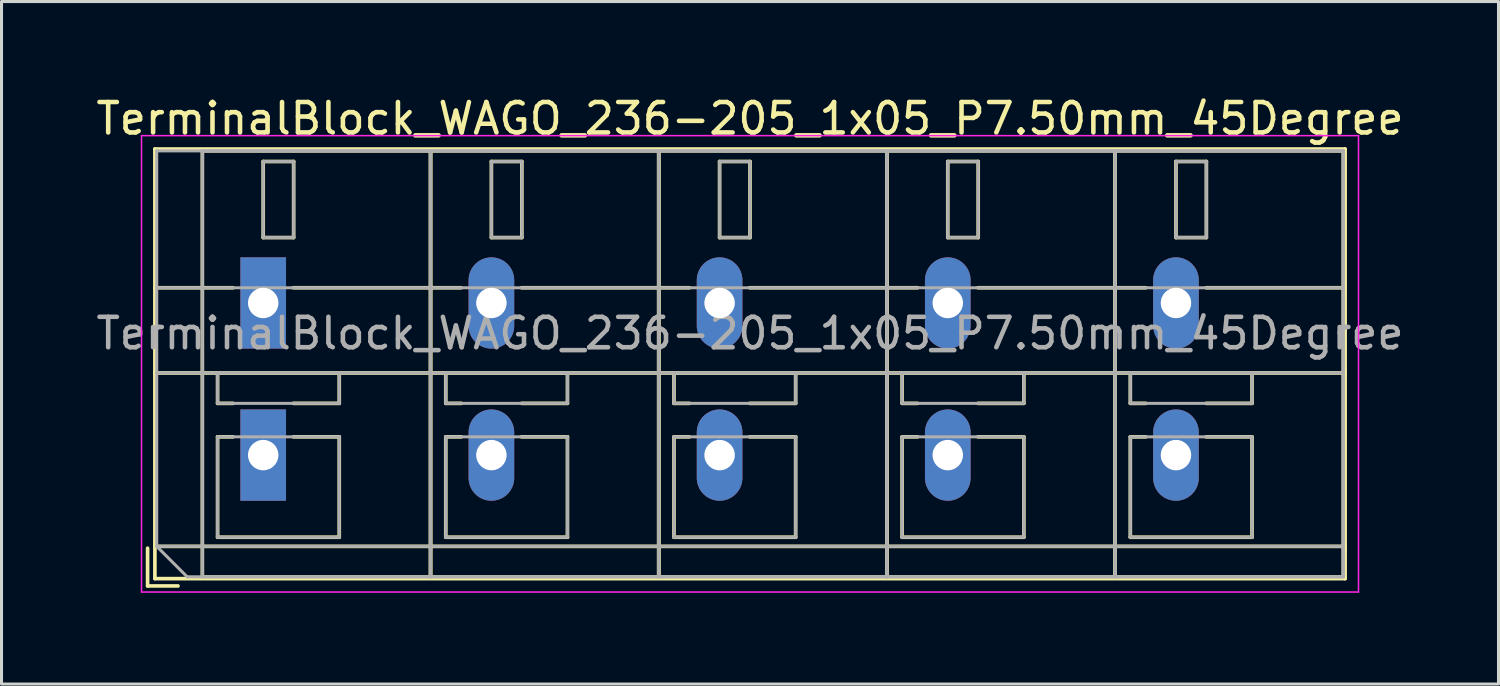
<source format=kicad_pcb>
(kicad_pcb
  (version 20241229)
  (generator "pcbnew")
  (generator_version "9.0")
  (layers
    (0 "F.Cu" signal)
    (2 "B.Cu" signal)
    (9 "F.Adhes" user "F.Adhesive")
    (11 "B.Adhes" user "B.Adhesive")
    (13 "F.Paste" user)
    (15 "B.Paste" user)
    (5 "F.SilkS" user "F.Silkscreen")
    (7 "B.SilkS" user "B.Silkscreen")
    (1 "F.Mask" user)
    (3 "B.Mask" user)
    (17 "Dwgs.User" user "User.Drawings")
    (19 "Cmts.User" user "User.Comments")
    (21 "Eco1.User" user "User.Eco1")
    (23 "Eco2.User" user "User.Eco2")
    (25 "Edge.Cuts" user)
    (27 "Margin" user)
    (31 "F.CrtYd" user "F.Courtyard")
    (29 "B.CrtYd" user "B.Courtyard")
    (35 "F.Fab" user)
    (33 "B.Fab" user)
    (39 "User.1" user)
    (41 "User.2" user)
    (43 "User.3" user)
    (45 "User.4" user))
  (footprint "TerminalBlock_WAGO_236-205_1x05_P7.50mm_45Degree"
    (layer "F.Cu")
    (at 5.601 11.908)
    (property "Reference" "TerminalBlock_WAGO_236-205_1x05_P7.50mm_45Degree" (at 16 -11.06 0) (layer "F.SilkS") (effects (font (size 1 1) (thickness 0.15))))
    (attr through_hole)
    (fp_line (start -3.8 3.06) (end -3.8 4.3) (stroke (width 0.12) (type solid)) (layer "F.SilkS"))
    (fp_line (start -3.8 4.3) (end -2.8 4.3) (stroke (width 0.12) (type solid)) (layer "F.SilkS"))
    (fp_line (start -3.56 -10.06) (end -3.56 4.06) (stroke (width 0.12) (type solid)) (layer "F.SilkS"))
    (fp_line (start -3.56 -10.06) (end 35.56 -10.06) (stroke (width 0.12) (type solid)) (layer "F.SilkS"))
    (fp_line (start -3.56 -5.5) (end -0.99 -5.5) (stroke (width 0.12) (type solid)) (layer "F.SilkS"))
    (fp_line (start -3.56 -2.7) (end 35.56 -2.7) (stroke (width 0.12) (type solid)) (layer "F.SilkS"))
    (fp_line (start -3.56 3) (end 35.56 3) (stroke (width 0.12) (type solid)) (layer "F.SilkS"))
    (fp_line (start -3.56 4.06) (end 35.56 4.06) (stroke (width 0.12) (type solid)) (layer "F.SilkS"))
    (fp_line (start -2 -10) (end -2 4) (stroke (width 0.12) (type solid)) (layer "F.SilkS"))
    (fp_line (start -2 -10) (end 5.5 -10) (stroke (width 0.12) (type solid)) (layer "F.SilkS"))
    (fp_line (start -2 4) (end 5.5 4) (stroke (width 0.12) (type solid)) (layer "F.SilkS"))
    (fp_line (start -1.5 -2.7) (end -1.5 -1.701) (stroke (width 0.12) (type solid)) (layer "F.SilkS"))
    (fp_line (start -1.5 -2.7) (end 2.5 -2.7) (stroke (width 0.12) (type solid)) (layer "F.SilkS"))
    (fp_line (start -1.5 -1.701) (end -0.99 -1.701) (stroke (width 0.12) (type solid)) (layer "F.SilkS"))
    (fp_line (start -1.5 -0.6) (end -1.5 2.7) (stroke (width 0.12) (type solid)) (layer "F.SilkS"))
    (fp_line (start -1.5 -0.6) (end -0.99 -0.6) (stroke (width 0.12) (type solid)) (layer "F.SilkS"))
    (fp_line (start -1.5 2.7) (end 2.5 2.7) (stroke (width 0.12) (type solid)) (layer "F.SilkS"))
    (fp_line (start 0 -9.65) (end 0 -7.15) (stroke (width 0.12) (type solid)) (layer "F.SilkS"))
    (fp_line (start 0 -9.65) (end 1 -9.65) (stroke (width 0.12) (type solid)) (layer "F.SilkS"))
    (fp_line (start 0 -7.15) (end 1 -7.15) (stroke (width 0.12) (type solid)) (layer "F.SilkS"))
    (fp_line (start 0.99 -5.5) (end 6.51 -5.5) (stroke (width 0.12) (type solid)) (layer "F.SilkS"))
    (fp_line (start 0.99 -1.701) (end 2.5 -1.701) (stroke (width 0.12) (type solid)) (layer "F.SilkS"))
    (fp_line (start 0.99 -0.6) (end 2.5 -0.6) (stroke (width 0.12) (type solid)) (layer "F.SilkS"))
    (fp_line (start 1 -9.65) (end 1 -7.15) (stroke (width 0.12) (type solid)) (layer "F.SilkS"))
    (fp_line (start 2.5 -2.7) (end 2.5 -1.701) (stroke (width 0.12) (type solid)) (layer "F.SilkS"))
    (fp_line (start 2.5 -0.6) (end 2.5 2.7) (stroke (width 0.12) (type solid)) (layer "F.SilkS"))
    (fp_line (start 5.5 -10) (end 5.5 4) (stroke (width 0.12) (type solid)) (layer "F.SilkS"))
    (fp_line (start 5.5 -10) (end 5.5 4) (stroke (width 0.12) (type solid)) (layer "F.SilkS"))
    (fp_line (start 5.5 -10) (end 13 -10) (stroke (width 0.12) (type solid)) (layer "F.SilkS"))
    (fp_line (start 5.5 4) (end 13 4) (stroke (width 0.12) (type solid)) (layer "F.SilkS"))
    (fp_line (start 6 -2.7) (end 6 -1.701) (stroke (width 0.12) (type solid)) (layer "F.SilkS"))
    (fp_line (start 6 -2.7) (end 10 -2.7) (stroke (width 0.12) (type solid)) (layer "F.SilkS"))
    (fp_line (start 6 -1.701) (end 6.51 -1.701) (stroke (width 0.12) (type solid)) (layer "F.SilkS"))
    (fp_line (start 6 -0.6) (end 6 2.7) (stroke (width 0.12) (type solid)) (layer "F.SilkS"))
    (fp_line (start 6 -0.6) (end 6.51 -0.6) (stroke (width 0.12) (type solid)) (layer "F.SilkS"))
    (fp_line (start 6 2.7) (end 10 2.7) (stroke (width 0.12) (type solid)) (layer "F.SilkS"))
    (fp_line (start 7.5 -9.65) (end 7.5 -7.15) (stroke (width 0.12) (type solid)) (layer "F.SilkS"))
    (fp_line (start 7.5 -9.65) (end 8.5 -9.65) (stroke (width 0.12) (type solid)) (layer "F.SilkS"))
    (fp_line (start 7.5 -7.15) (end 8.5 -7.15) (stroke (width 0.12) (type solid)) (layer "F.SilkS"))
    (fp_line (start 8.49 -5.5) (end 14.01 -5.5) (stroke (width 0.12) (type solid)) (layer "F.SilkS"))
    (fp_line (start 8.49 -1.701) (end 10 -1.701) (stroke (width 0.12) (type solid)) (layer "F.SilkS"))
    (fp_line (start 8.49 -0.6) (end 10 -0.6) (stroke (width 0.12) (type solid)) (layer "F.SilkS"))
    (fp_line (start 8.5 -9.65) (end 8.5 -7.15) (stroke (width 0.12) (type solid)) (layer "F.SilkS"))
    (fp_line (start 10 -2.7) (end 10 -1.701) (stroke (width 0.12) (type solid)) (layer "F.SilkS"))
    (fp_line (start 10 -0.6) (end 10 2.7) (stroke (width 0.12) (type solid)) (layer "F.SilkS"))
    (fp_line (start 13 -10) (end 13 4) (stroke (width 0.12) (type solid)) (layer "F.SilkS"))
    (fp_line (start 13 -10) (end 13 4) (stroke (width 0.12) (type solid)) (layer "F.SilkS"))
    (fp_line (start 13 -10) (end 20.5 -10) (stroke (width 0.12) (type solid)) (layer "F.SilkS"))
    (fp_line (start 13 4) (end 20.5 4) (stroke (width 0.12) (type solid)) (layer "F.SilkS"))
    (fp_line (start 13.5 -2.7) (end 13.5 -1.701) (stroke (width 0.12) (type solid)) (layer "F.SilkS"))
    (fp_line (start 13.5 -2.7) (end 17.5 -2.7) (stroke (width 0.12) (type solid)) (layer "F.SilkS"))
    (fp_line (start 13.5 -1.701) (end 14.01 -1.701) (stroke (width 0.12) (type solid)) (layer "F.SilkS"))
    (fp_line (start 13.5 -0.6) (end 13.5 2.7) (stroke (width 0.12) (type solid)) (layer "F.SilkS"))
    (fp_line (start 13.5 -0.6) (end 14.01 -0.6) (stroke (width 0.12) (type solid)) (layer "F.SilkS"))
    (fp_line (start 13.5 2.7) (end 17.5 2.7) (stroke (width 0.12) (type solid)) (layer "F.SilkS"))
    (fp_line (start 15 -9.65) (end 15 -7.15) (stroke (width 0.12) (type solid)) (layer "F.SilkS"))
    (fp_line (start 15 -9.65) (end 16 -9.65) (stroke (width 0.12) (type solid)) (layer "F.SilkS"))
    (fp_line (start 15 -7.15) (end 16 -7.15) (stroke (width 0.12) (type solid)) (layer "F.SilkS"))
    (fp_line (start 15.99 -5.5) (end 21.51 -5.5) (stroke (width 0.12) (type solid)) (layer "F.SilkS"))
    (fp_line (start 15.99 -1.701) (end 17.5 -1.701) (stroke (width 0.12) (type solid)) (layer "F.SilkS"))
    (fp_line (start 15.99 -0.6) (end 17.5 -0.6) (stroke (width 0.12) (type solid)) (layer "F.SilkS"))
    (fp_line (start 16 -9.65) (end 16 -7.15) (stroke (width 0.12) (type solid)) (layer "F.SilkS"))
    (fp_line (start 17.5 -2.7) (end 17.5 -1.701) (stroke (width 0.12) (type solid)) (layer "F.SilkS"))
    (fp_line (start 17.5 -0.6) (end 17.5 2.7) (stroke (width 0.12) (type solid)) (layer "F.SilkS"))
    (fp_line (start 20.5 -10) (end 20.5 4) (stroke (width 0.12) (type solid)) (layer "F.SilkS"))
    (fp_line (start 20.5 -10) (end 20.5 4) (stroke (width 0.12) (type solid)) (layer "F.SilkS"))
    (fp_line (start 20.5 -10) (end 28 -10) (stroke (width 0.12) (type solid)) (layer "F.SilkS"))
    (fp_line (start 20.5 4) (end 28 4) (stroke (width 0.12) (type solid)) (layer "F.SilkS"))
    (fp_line (start 21 -2.7) (end 21 -1.701) (stroke (width 0.12) (type solid)) (layer "F.SilkS"))
    (fp_line (start 21 -2.7) (end 25 -2.7) (stroke (width 0.12) (type solid)) (layer "F.SilkS"))
    (fp_line (start 21 -1.701) (end 21.51 -1.701) (stroke (width 0.12) (type solid)) (layer "F.SilkS"))
    (fp_line (start 21 -0.6) (end 21 2.7) (stroke (width 0.12) (type solid)) (layer "F.SilkS"))
    (fp_line (start 21 -0.6) (end 21.51 -0.6) (stroke (width 0.12) (type solid)) (layer "F.SilkS"))
    (fp_line (start 21 2.7) (end 25 2.7) (stroke (width 0.12) (type solid)) (layer "F.SilkS"))
    (fp_line (start 22.5 -9.65) (end 22.5 -7.15) (stroke (width 0.12) (type solid)) (layer "F.SilkS"))
    (fp_line (start 22.5 -9.65) (end 23.5 -9.65) (stroke (width 0.12) (type solid)) (layer "F.SilkS"))
    (fp_line (start 22.5 -7.15) (end 23.5 -7.15) (stroke (width 0.12) (type solid)) (layer "F.SilkS"))
    (fp_line (start 23.49 -5.5) (end 29.01 -5.5) (stroke (width 0.12) (type solid)) (layer "F.SilkS"))
    (fp_line (start 23.49 -1.701) (end 25 -1.701) (stroke (width 0.12) (type solid)) (layer "F.SilkS"))
    (fp_line (start 23.49 -0.6) (end 25 -0.6) (stroke (width 0.12) (type solid)) (layer "F.SilkS"))
    (fp_line (start 23.5 -9.65) (end 23.5 -7.15) (stroke (width 0.12) (type solid)) (layer "F.SilkS"))
    (fp_line (start 25 -2.7) (end 25 -1.701) (stroke (width 0.12) (type solid)) (layer "F.SilkS"))
    (fp_line (start 25 -0.6) (end 25 2.7) (stroke (width 0.12) (type solid)) (layer "F.SilkS"))
    (fp_line (start 28 -10) (end 28 4) (stroke (width 0.12) (type solid)) (layer "F.SilkS"))
    (fp_line (start 28 -10) (end 28 4) (stroke (width 0.12) (type solid)) (layer "F.SilkS"))
    (fp_line (start 28 -10) (end 35.5 -10) (stroke (width 0.12) (type solid)) (layer "F.SilkS"))
    (fp_line (start 28 4) (end 35.5 4) (stroke (width 0.12) (type solid)) (layer "F.SilkS"))
    (fp_line (start 28.5 -2.7) (end 28.5 -1.701) (stroke (width 0.12) (type solid)) (layer "F.SilkS"))
    (fp_line (start 28.5 -2.7) (end 32.5 -2.7) (stroke (width 0.12) (type solid)) (layer "F.SilkS"))
    (fp_line (start 28.5 -1.701) (end 29.01 -1.701) (stroke (width 0.12) (type solid)) (layer "F.SilkS"))
    (fp_line (start 28.5 -0.6) (end 28.5 2.7) (stroke (width 0.12) (type solid)) (layer "F.SilkS"))
    (fp_line (start 28.5 -0.6) (end 29.01 -0.6) (stroke (width 0.12) (type solid)) (layer "F.SilkS"))
    (fp_line (start 28.5 2.7) (end 32.5 2.7) (stroke (width 0.12) (type solid)) (layer "F.SilkS"))
    (fp_line (start 30 -9.65) (end 30 -7.15) (stroke (width 0.12) (type solid)) (layer "F.SilkS"))
    (fp_line (start 30 -9.65) (end 31 -9.65) (stroke (width 0.12) (type solid)) (layer "F.SilkS"))
    (fp_line (start 30 -7.15) (end 31 -7.15) (stroke (width 0.12) (type solid)) (layer "F.SilkS"))
    (fp_line (start 30.99 -5.5) (end 35.56 -5.5) (stroke (width 0.12) (type solid)) (layer "F.SilkS"))
    (fp_line (start 30.99 -1.701) (end 32.5 -1.701) (stroke (width 0.12) (type solid)) (layer "F.SilkS"))
    (fp_line (start 30.99 -0.6) (end 32.5 -0.6) (stroke (width 0.12) (type solid)) (layer "F.SilkS"))
    (fp_line (start 31 -9.65) (end 31 -7.15) (stroke (width 0.12) (type solid)) (layer "F.SilkS"))
    (fp_line (start 32.5 -2.7) (end 32.5 -1.701) (stroke (width 0.12) (type solid)) (layer "F.SilkS"))
    (fp_line (start 32.5 -0.6) (end 32.5 2.7) (stroke (width 0.12) (type solid)) (layer "F.SilkS"))
    (fp_line (start 35.5 -10) (end 35.5 4) (stroke (width 0.12) (type solid)) (layer "F.SilkS"))
    (fp_line (start 35.56 -10.06) (end 35.56 4.06) (stroke (width 0.12) (type solid)) (layer "F.SilkS"))
    (fp_line (start -4 -10.5) (end -4 4.5) (stroke (width 0.05) (type solid)) (layer "F.CrtYd"))
    (fp_line (start -4 4.5) (end 36 4.5) (stroke (width 0.05) (type solid)) (layer "F.CrtYd"))
    (fp_line (start 36 -10.5) (end -4 -10.5) (stroke (width 0.05) (type solid)) (layer "F.CrtYd"))
    (fp_line (start 36 4.5) (end 36 -10.5) (stroke (width 0.05) (type solid)) (layer "F.CrtYd"))
    (fp_line (start -3.5 -10) (end 35.5 -10) (stroke (width 0.1) (type solid)) (layer "F.Fab"))
    (fp_line (start -3.5 -5.5) (end 35.5 -5.5) (stroke (width 0.1) (type solid)) (layer "F.Fab"))
    (fp_line (start -3.5 -2.7) (end 35.5 -2.7) (stroke (width 0.1) (type solid)) (layer "F.Fab"))
    (fp_line (start -3.5 3) (end -3.5 -10) (stroke (width 0.1) (type solid)) (layer "F.Fab"))
    (fp_line (start -3.5 3) (end 35.5 3) (stroke (width 0.1) (type solid)) (layer "F.Fab"))
    (fp_line (start -2.5 4) (end -3.5 3) (stroke (width 0.1) (type solid)) (layer "F.Fab"))
    (fp_line (start -2 -10) (end -2 4) (stroke (width 0.1) (type solid)) (layer "F.Fab"))
    (fp_line (start -2 4) (end 5.5 4) (stroke (width 0.1) (type solid)) (layer "F.Fab"))
    (fp_line (start -1.5 -2.7) (end -1.5 -1.7) (stroke (width 0.1) (type solid)) (layer "F.Fab"))
    (fp_line (start -1.5 -1.7) (end 2.5 -1.7) (stroke (width 0.1) (type solid)) (layer "F.Fab"))
    (fp_line (start -1.5 -0.6) (end -1.5 2.7) (stroke (width 0.1) (type solid)) (layer "F.Fab"))
    (fp_line (start -1.5 2.7) (end 2.5 2.7) (stroke (width 0.1) (type solid)) (layer "F.Fab"))
    (fp_line (start 0 -9.65) (end 0 -7.15) (stroke (width 0.1) (type solid)) (layer "F.Fab"))
    (fp_line (start 0 -7.15) (end 1 -7.15) (stroke (width 0.1) (type solid)) (layer "F.Fab"))
    (fp_line (start 1 -9.65) (end 0 -9.65) (stroke (width 0.1) (type solid)) (layer "F.Fab"))
    (fp_line (start 1 -7.15) (end 1 -9.65) (stroke (width 0.1) (type solid)) (layer "F.Fab"))
    (fp_line (start 2.5 -2.7) (end -1.5 -2.7) (stroke (width 0.1) (type solid)) (layer "F.Fab"))
    (fp_line (start 2.5 -1.7) (end 2.5 -2.7) (stroke (width 0.1) (type solid)) (layer "F.Fab"))
    (fp_line (start 2.5 -0.6) (end -1.5 -0.6) (stroke (width 0.1) (type solid)) (layer "F.Fab"))
    (fp_line (start 2.5 2.7) (end 2.5 -0.6) (stroke (width 0.1) (type solid)) (layer "F.Fab"))
    (fp_line (start 5.5 -10) (end -2 -10) (stroke (width 0.1) (type solid)) (layer "F.Fab"))
    (fp_line (start 5.5 -10) (end 5.5 4) (stroke (width 0.1) (type solid)) (layer "F.Fab"))
    (fp_line (start 5.5 4) (end 5.5 -10) (stroke (width 0.1) (type solid)) (layer "F.Fab"))
    (fp_line (start 5.5 4) (end 13 4) (stroke (width 0.1) (type solid)) (layer "F.Fab"))
    (fp_line (start 6 -2.7) (end 6 -1.7) (stroke (width 0.1) (type solid)) (layer "F.Fab"))
    (fp_line (start 6 -1.7) (end 10 -1.7) (stroke (width 0.1) (type solid)) (layer "F.Fab"))
    (fp_line (start 6 -0.6) (end 6 2.7) (stroke (width 0.1) (type solid)) (layer "F.Fab"))
    (fp_line (start 6 2.7) (end 10 2.7) (stroke (width 0.1) (type solid)) (layer "F.Fab"))
    (fp_line (start 7.5 -9.65) (end 7.5 -7.15) (stroke (width 0.1) (type solid)) (layer "F.Fab"))
    (fp_line (start 7.5 -7.15) (end 8.5 -7.15) (stroke (width 0.1) (type solid)) (layer "F.Fab"))
    (fp_line (start 8.5 -9.65) (end 7.5 -9.65) (stroke (width 0.1) (type solid)) (layer "F.Fab"))
    (fp_line (start 8.5 -7.15) (end 8.5 -9.65) (stroke (width 0.1) (type solid)) (layer "F.Fab"))
    (fp_line (start 10 -2.7) (end 6 -2.7) (stroke (width 0.1) (type solid)) (layer "F.Fab"))
    (fp_line (start 10 -1.7) (end 10 -2.7) (stroke (width 0.1) (type solid)) (layer "F.Fab"))
    (fp_line (start 10 -0.6) (end 6 -0.6) (stroke (width 0.1) (type solid)) (layer "F.Fab"))
    (fp_line (start 10 2.7) (end 10 -0.6) (stroke (width 0.1) (type solid)) (layer "F.Fab"))
    (fp_line (start 13 -10) (end 5.5 -10) (stroke (width 0.1) (type solid)) (layer "F.Fab"))
    (fp_line (start 13 -10) (end 13 4) (stroke (width 0.1) (type solid)) (layer "F.Fab"))
    (fp_line (start 13 4) (end 13 -10) (stroke (width 0.1) (type solid)) (layer "F.Fab"))
    (fp_line (start 13 4) (end 20.5 4) (stroke (width 0.1) (type solid)) (layer "F.Fab"))
    (fp_line (start 13.5 -2.7) (end 13.5 -1.7) (stroke (width 0.1) (type solid)) (layer "F.Fab"))
    (fp_line (start 13.5 -1.7) (end 17.5 -1.7) (stroke (width 0.1) (type solid)) (layer "F.Fab"))
    (fp_line (start 13.5 -0.6) (end 13.5 2.7) (stroke (width 0.1) (type solid)) (layer "F.Fab"))
    (fp_line (start 13.5 2.7) (end 17.5 2.7) (stroke (width 0.1) (type solid)) (layer "F.Fab"))
    (fp_line (start 15 -9.65) (end 15 -7.15) (stroke (width 0.1) (type solid)) (layer "F.Fab"))
    (fp_line (start 15 -7.15) (end 16 -7.15) (stroke (width 0.1) (type solid)) (layer "F.Fab"))
    (fp_line (start 16 -9.65) (end 15 -9.65) (stroke (width 0.1) (type solid)) (layer "F.Fab"))
    (fp_line (start 16 -7.15) (end 16 -9.65) (stroke (width 0.1) (type solid)) (layer "F.Fab"))
    (fp_line (start 17.5 -2.7) (end 13.5 -2.7) (stroke (width 0.1) (type solid)) (layer "F.Fab"))
    (fp_line (start 17.5 -1.7) (end 17.5 -2.7) (stroke (width 0.1) (type solid)) (layer "F.Fab"))
    (fp_line (start 17.5 -0.6) (end 13.5 -0.6) (stroke (width 0.1) (type solid)) (layer "F.Fab"))
    (fp_line (start 17.5 2.7) (end 17.5 -0.6) (stroke (width 0.1) (type solid)) (layer "F.Fab"))
    (fp_line (start 20.5 -10) (end 13 -10) (stroke (width 0.1) (type solid)) (layer "F.Fab"))
    (fp_line (start 20.5 -10) (end 20.5 4) (stroke (width 0.1) (type solid)) (layer "F.Fab"))
    (fp_line (start 20.5 4) (end 20.5 -10) (stroke (width 0.1) (type solid)) (layer "F.Fab"))
    (fp_line (start 20.5 4) (end 28 4) (stroke (width 0.1) (type solid)) (layer "F.Fab"))
    (fp_line (start 21 -2.7) (end 21 -1.7) (stroke (width 0.1) (type solid)) (layer "F.Fab"))
    (fp_line (start 21 -1.7) (end 25 -1.7) (stroke (width 0.1) (type solid)) (layer "F.Fab"))
    (fp_line (start 21 -0.6) (end 21 2.7) (stroke (width 0.1) (type solid)) (layer "F.Fab"))
    (fp_line (start 21 2.7) (end 25 2.7) (stroke (width 0.1) (type solid)) (layer "F.Fab"))
    (fp_line (start 22.5 -9.65) (end 22.5 -7.15) (stroke (width 0.1) (type solid)) (layer "F.Fab"))
    (fp_line (start 22.5 -7.15) (end 23.5 -7.15) (stroke (width 0.1) (type solid)) (layer "F.Fab"))
    (fp_line (start 23.5 -9.65) (end 22.5 -9.65) (stroke (width 0.1) (type solid)) (layer "F.Fab"))
    (fp_line (start 23.5 -7.15) (end 23.5 -9.65) (stroke (width 0.1) (type solid)) (layer "F.Fab"))
    (fp_line (start 25 -2.7) (end 21 -2.7) (stroke (width 0.1) (type solid)) (layer "F.Fab"))
    (fp_line (start 25 -1.7) (end 25 -2.7) (stroke (width 0.1) (type solid)) (layer "F.Fab"))
    (fp_line (start 25 -0.6) (end 21 -0.6) (stroke (width 0.1) (type solid)) (layer "F.Fab"))
    (fp_line (start 25 2.7) (end 25 -0.6) (stroke (width 0.1) (type solid)) (layer "F.Fab"))
    (fp_line (start 28 -10) (end 20.5 -10) (stroke (width 0.1) (type solid)) (layer "F.Fab"))
    (fp_line (start 28 -10) (end 28 4) (stroke (width 0.1) (type solid)) (layer "F.Fab"))
    (fp_line (start 28 4) (end 28 -10) (stroke (width 0.1) (type solid)) (layer "F.Fab"))
    (fp_line (start 28 4) (end 35.5 4) (stroke (width 0.1) (type solid)) (layer "F.Fab"))
    (fp_line (start 28.5 -2.7) (end 28.5 -1.7) (stroke (width 0.1) (type solid)) (layer "F.Fab"))
    (fp_line (start 28.5 -1.7) (end 32.5 -1.7) (stroke (width 0.1) (type solid)) (layer "F.Fab"))
    (fp_line (start 28.5 -0.6) (end 28.5 2.7) (stroke (width 0.1) (type solid)) (layer "F.Fab"))
    (fp_line (start 28.5 2.7) (end 32.5 2.7) (stroke (width 0.1) (type solid)) (layer "F.Fab"))
    (fp_line (start 30 -9.65) (end 30 -7.15) (stroke (width 0.1) (type solid)) (layer "F.Fab"))
    (fp_line (start 30 -7.15) (end 31 -7.15) (stroke (width 0.1) (type solid)) (layer "F.Fab"))
    (fp_line (start 31 -9.65) (end 30 -9.65) (stroke (width 0.1) (type solid)) (layer "F.Fab"))
    (fp_line (start 31 -7.15) (end 31 -9.65) (stroke (width 0.1) (type solid)) (layer "F.Fab"))
    (fp_line (start 32.5 -2.7) (end 28.5 -2.7) (stroke (width 0.1) (type solid)) (layer "F.Fab"))
    (fp_line (start 32.5 -1.7) (end 32.5 -2.7) (stroke (width 0.1) (type solid)) (layer "F.Fab"))
    (fp_line (start 32.5 -0.6) (end 28.5 -0.6) (stroke (width 0.1) (type solid)) (layer "F.Fab"))
    (fp_line (start 32.5 2.7) (end 32.5 -0.6) (stroke (width 0.1) (type solid)) (layer "F.Fab"))
    (fp_line (start 35.5 -10) (end 28 -10) (stroke (width 0.1) (type solid)) (layer "F.Fab"))
    (fp_line (start 35.5 -10) (end 35.5 4) (stroke (width 0.1) (type solid)) (layer "F.Fab"))
    (fp_line (start 35.5 4) (end -2.5 4) (stroke (width 0.1) (type solid)) (layer "F.Fab"))
    (fp_line (start 35.5 4) (end 35.5 -10) (stroke (width 0.1) (type solid)) (layer "F.Fab"))
    (fp_text user "${REFERENCE}" (at 16 -4 0) (layer "F.Fab") (effects (font (size 1 1) (thickness 0.15))))
    (pad "1" thru_hole rect (at 0 -5) (size 1.5 3) (drill 1) (layers "*.Cu" "*.Mask"))
    (pad "1" thru_hole rect (at 0 0) (size 1.5 3) (drill 1) (layers "*.Cu" "*.Mask"))
    (pad "2" thru_hole oval (at 7.5 -5) (size 1.5 3) (drill 1) (layers "*.Cu" "*.Mask"))
    (pad "2" thru_hole oval (at 7.5 0) (size 1.5 3) (drill 1) (layers "*.Cu" "*.Mask"))
    (pad "3" thru_hole oval (at 15 -5) (size 1.5 3) (drill 1) (layers "*.Cu" "*.Mask"))
    (pad "3" thru_hole oval (at 15 0) (size 1.5 3) (drill 1) (layers "*.Cu" "*.Mask"))
    (pad "4" thru_hole oval (at 22.5 -5) (size 1.5 3) (drill 1) (layers "*.Cu" "*.Mask"))
    (pad "4" thru_hole oval (at 22.5 0) (size 1.5 3) (drill 1) (layers "*.Cu" "*.Mask"))
    (pad "5" thru_hole oval (at 30 -5) (size 1.5 3) (drill 1) (layers "*.Cu" "*.Mask"))
    (pad "5" thru_hole oval (at 30 0) (size 1.5 3) (drill 1) (layers "*.Cu" "*.Mask")))
  (gr_rect
    (start -3 -3)
    (end 46.202 19.433)
    (stroke (width 0.1) (type default))
    (fill no)
    (layer "Edge.Cuts")))
</source>
